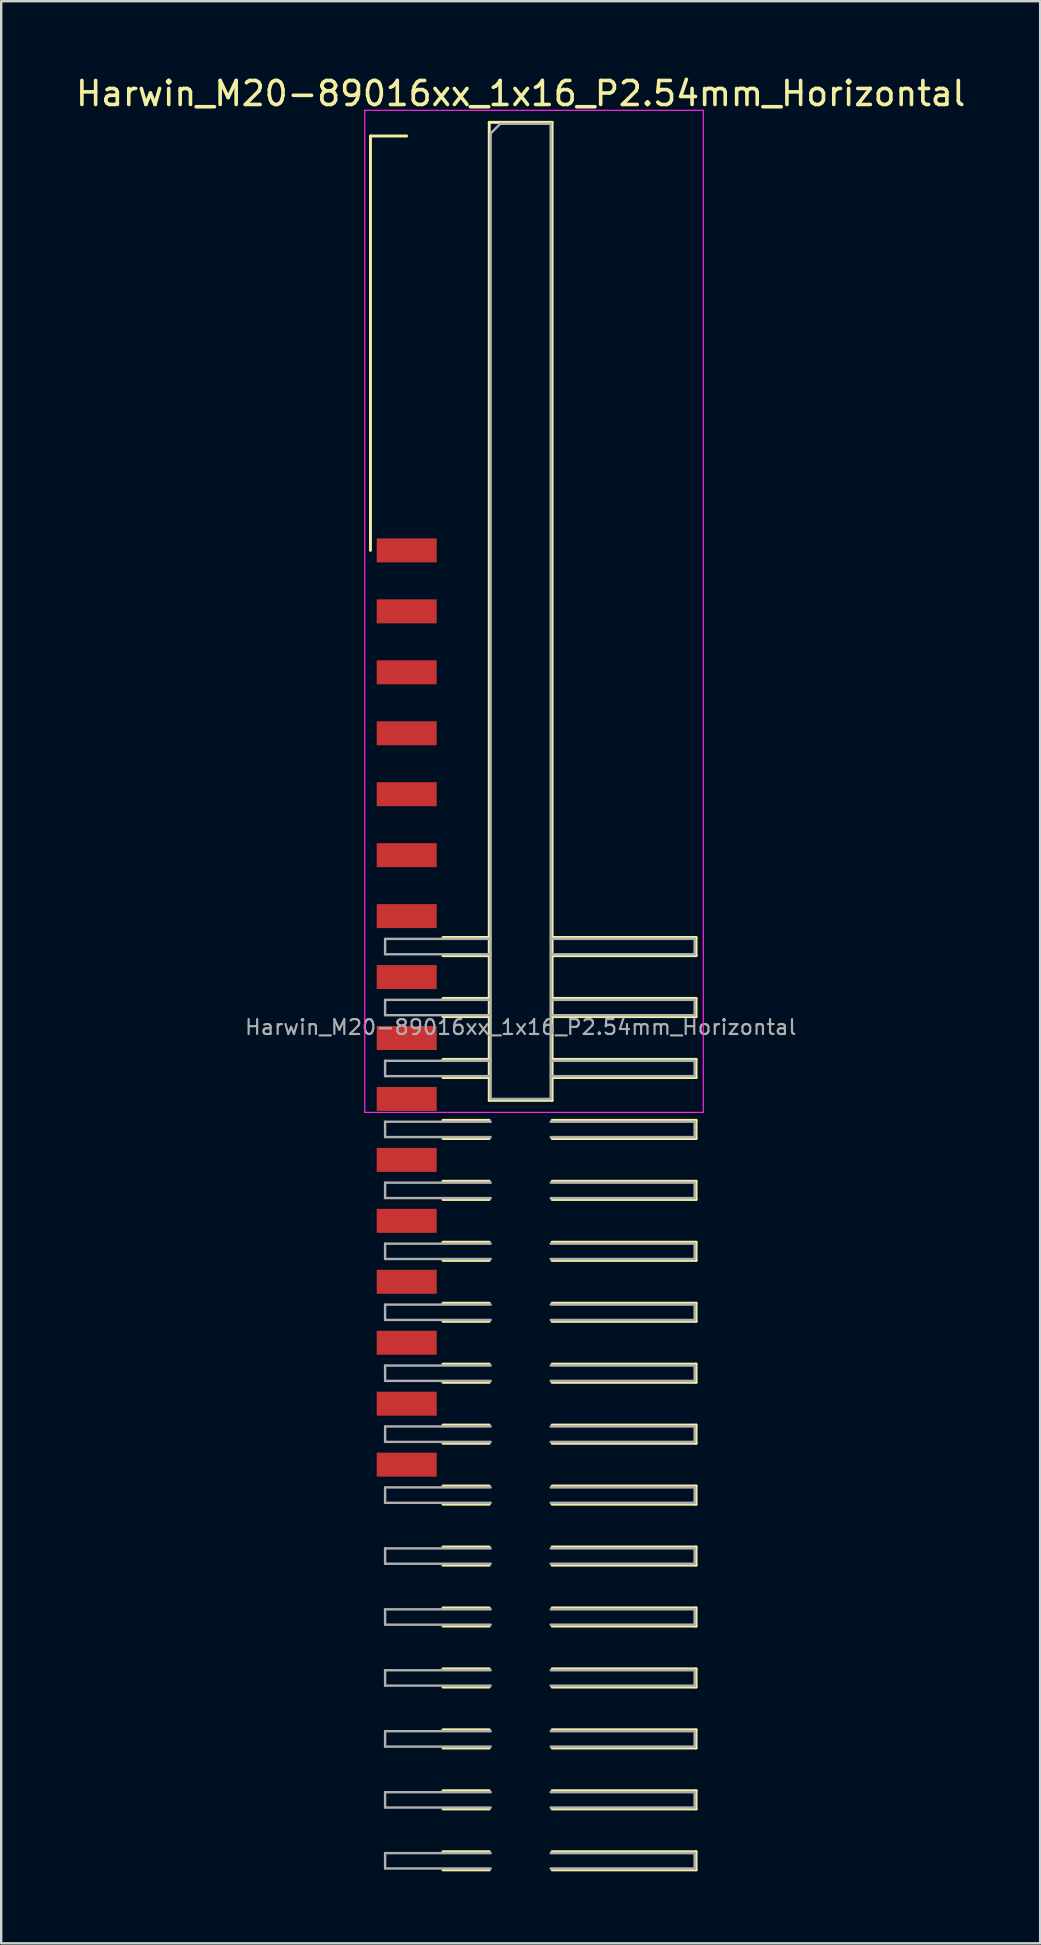
<source format=kicad_pcb>
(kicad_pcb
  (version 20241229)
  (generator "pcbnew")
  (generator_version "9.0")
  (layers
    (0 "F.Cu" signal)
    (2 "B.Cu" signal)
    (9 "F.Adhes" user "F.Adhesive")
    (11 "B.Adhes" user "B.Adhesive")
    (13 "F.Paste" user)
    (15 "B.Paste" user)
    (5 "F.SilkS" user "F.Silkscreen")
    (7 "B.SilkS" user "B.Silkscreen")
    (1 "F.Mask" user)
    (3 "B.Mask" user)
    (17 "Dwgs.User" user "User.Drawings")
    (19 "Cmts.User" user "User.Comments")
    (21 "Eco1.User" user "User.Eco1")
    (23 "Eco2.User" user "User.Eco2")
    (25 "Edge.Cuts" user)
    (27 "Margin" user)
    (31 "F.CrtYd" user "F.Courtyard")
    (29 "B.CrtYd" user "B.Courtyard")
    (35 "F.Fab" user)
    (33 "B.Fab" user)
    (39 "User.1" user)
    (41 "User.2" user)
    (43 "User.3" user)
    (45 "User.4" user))
  (footprint "Harwin_M20-89016xx_1x16_P2.54mm_Horizontal"
    (layer "F.Cu")
    (at 13.899 19.888)
    (property "Reference" "Harwin_M20-89016xx_1x16_P2.54mm_Horizontal" (at 4.75 -19.04 0) (layer "F.SilkS") (effects (font (size 1 1) (thickness 0.15))))
    (attr smd)
    (fp_line (start -1.51 -17.27) (end 0 -17.27) (stroke (width 0.12) (type solid)) (layer "F.SilkS"))
    (fp_line (start -1.51 0) (end -1.51 -17.27) (stroke (width 0.12) (type solid)) (layer "F.SilkS"))
    (fp_line (start 1.51 16.13) (end 3.44 16.13) (stroke (width 0.12) (type solid)) (layer "F.SilkS"))
    (fp_line (start 1.51 16.89) (end 3.44 16.89) (stroke (width 0.12) (type solid)) (layer "F.SilkS"))
    (fp_line (start 1.51 18.67) (end 3.44 18.67) (stroke (width 0.12) (type solid)) (layer "F.SilkS"))
    (fp_line (start 1.51 19.43) (end 3.44 19.43) (stroke (width 0.12) (type solid)) (layer "F.SilkS"))
    (fp_line (start 1.51 21.21) (end 3.44 21.21) (stroke (width 0.12) (type solid)) (layer "F.SilkS"))
    (fp_line (start 1.51 21.97) (end 3.44 21.97) (stroke (width 0.12) (type solid)) (layer "F.SilkS"))
    (fp_line (start 1.51 23.75) (end 3.44 23.75) (stroke (width 0.12) (type solid)) (layer "F.SilkS"))
    (fp_line (start 1.51 24.51) (end 3.44 24.51) (stroke (width 0.12) (type solid)) (layer "F.SilkS"))
    (fp_line (start 1.51 26.29) (end 3.44 26.29) (stroke (width 0.12) (type solid)) (layer "F.SilkS"))
    (fp_line (start 1.51 27.05) (end 3.44 27.05) (stroke (width 0.12) (type solid)) (layer "F.SilkS"))
    (fp_line (start 1.51 28.83) (end 3.44 28.83) (stroke (width 0.12) (type solid)) (layer "F.SilkS"))
    (fp_line (start 1.51 29.59) (end 3.44 29.59) (stroke (width 0.12) (type solid)) (layer "F.SilkS"))
    (fp_line (start 1.51 31.37) (end 3.44 31.37) (stroke (width 0.12) (type solid)) (layer "F.SilkS"))
    (fp_line (start 1.51 32.13) (end 3.44 32.13) (stroke (width 0.12) (type solid)) (layer "F.SilkS"))
    (fp_line (start 1.51 33.91) (end 3.44 33.91) (stroke (width 0.12) (type solid)) (layer "F.SilkS"))
    (fp_line (start 1.51 34.67) (end 3.44 34.67) (stroke (width 0.12) (type solid)) (layer "F.SilkS"))
    (fp_line (start 1.51 36.45) (end 3.44 36.45) (stroke (width 0.12) (type solid)) (layer "F.SilkS"))
    (fp_line (start 1.51 37.21) (end 3.44 37.21) (stroke (width 0.12) (type solid)) (layer "F.SilkS"))
    (fp_line (start 1.51 38.99) (end 3.44 38.99) (stroke (width 0.12) (type solid)) (layer "F.SilkS"))
    (fp_line (start 1.51 39.75) (end 3.44 39.75) (stroke (width 0.12) (type solid)) (layer "F.SilkS"))
    (fp_line (start 1.51 41.53) (end 3.44 41.53) (stroke (width 0.12) (type solid)) (layer "F.SilkS"))
    (fp_line (start 1.51 42.29) (end 3.44 42.29) (stroke (width 0.12) (type solid)) (layer "F.SilkS"))
    (fp_line (start 1.51 44.07) (end 3.44 44.07) (stroke (width 0.12) (type solid)) (layer "F.SilkS"))
    (fp_line (start 1.51 44.83) (end 3.44 44.83) (stroke (width 0.12) (type solid)) (layer "F.SilkS"))
    (fp_line (start 1.51 46.61) (end 3.44 46.61) (stroke (width 0.12) (type solid)) (layer "F.SilkS"))
    (fp_line (start 1.51 47.37) (end 3.44 47.37) (stroke (width 0.12) (type solid)) (layer "F.SilkS"))
    (fp_line (start 1.51 49.15) (end 3.44 49.15) (stroke (width 0.12) (type solid)) (layer "F.SilkS"))
    (fp_line (start 1.51 49.91) (end 3.44 49.91) (stroke (width 0.12) (type solid)) (layer "F.SilkS"))
    (fp_line (start 1.51 51.69) (end 3.44 51.69) (stroke (width 0.12) (type solid)) (layer "F.SilkS"))
    (fp_line (start 1.51 52.45) (end 3.44 52.45) (stroke (width 0.12) (type solid)) (layer "F.SilkS"))
    (fp_line (start 1.51 54.23) (end 3.44 54.23) (stroke (width 0.12) (type solid)) (layer "F.SilkS"))
    (fp_line (start 1.51 54.99) (end 3.44 54.99) (stroke (width 0.12) (type solid)) (layer "F.SilkS"))
    (fp_line (start 3.44 -17.84) (end 6.06 -17.84) (stroke (width 0.12) (type solid)) (layer "F.SilkS"))
    (fp_line (start 3.44 22.92) (end 3.44 -17.84) (stroke (width 0.12) (type solid)) (layer "F.SilkS"))
    (fp_line (start 6.06 -17.84) (end 6.06 22.92) (stroke (width 0.12) (type solid)) (layer "F.SilkS"))
    (fp_line (start 6.06 16.13) (end 12.06 16.13) (stroke (width 0.12) (type solid)) (layer "F.SilkS"))
    (fp_line (start 6.06 18.67) (end 12.06 18.67) (stroke (width 0.12) (type solid)) (layer "F.SilkS"))
    (fp_line (start 6.06 21.21) (end 12.06 21.21) (stroke (width 0.12) (type solid)) (layer "F.SilkS"))
    (fp_line (start 6.06 22.92) (end 3.44 22.92) (stroke (width 0.12) (type solid)) (layer "F.SilkS"))
    (fp_line (start 6.06 23.75) (end 12.06 23.75) (stroke (width 0.12) (type solid)) (layer "F.SilkS"))
    (fp_line (start 6.06 26.29) (end 12.06 26.29) (stroke (width 0.12) (type solid)) (layer "F.SilkS"))
    (fp_line (start 6.06 28.83) (end 12.06 28.83) (stroke (width 0.12) (type solid)) (layer "F.SilkS"))
    (fp_line (start 6.06 31.37) (end 12.06 31.37) (stroke (width 0.12) (type solid)) (layer "F.SilkS"))
    (fp_line (start 6.06 33.91) (end 12.06 33.91) (stroke (width 0.12) (type solid)) (layer "F.SilkS"))
    (fp_line (start 6.06 36.45) (end 12.06 36.45) (stroke (width 0.12) (type solid)) (layer "F.SilkS"))
    (fp_line (start 6.06 38.99) (end 12.06 38.99) (stroke (width 0.12) (type solid)) (layer "F.SilkS"))
    (fp_line (start 6.06 41.53) (end 12.06 41.53) (stroke (width 0.12) (type solid)) (layer "F.SilkS"))
    (fp_line (start 6.06 44.07) (end 12.06 44.07) (stroke (width 0.12) (type solid)) (layer "F.SilkS"))
    (fp_line (start 6.06 46.61) (end 12.06 46.61) (stroke (width 0.12) (type solid)) (layer "F.SilkS"))
    (fp_line (start 6.06 49.15) (end 12.06 49.15) (stroke (width 0.12) (type solid)) (layer "F.SilkS"))
    (fp_line (start 6.06 51.69) (end 12.06 51.69) (stroke (width 0.12) (type solid)) (layer "F.SilkS"))
    (fp_line (start 6.06 54.23) (end 12.06 54.23) (stroke (width 0.12) (type solid)) (layer "F.SilkS"))
    (fp_line (start 12.06 16.13) (end 12.06 16.89) (stroke (width 0.12) (type solid)) (layer "F.SilkS"))
    (fp_line (start 12.06 16.89) (end 6.06 16.89) (stroke (width 0.12) (type solid)) (layer "F.SilkS"))
    (fp_line (start 12.06 18.67) (end 12.06 19.43) (stroke (width 0.12) (type solid)) (layer "F.SilkS"))
    (fp_line (start 12.06 19.43) (end 6.06 19.43) (stroke (width 0.12) (type solid)) (layer "F.SilkS"))
    (fp_line (start 12.06 21.21) (end 12.06 21.97) (stroke (width 0.12) (type solid)) (layer "F.SilkS"))
    (fp_line (start 12.06 21.97) (end 6.06 21.97) (stroke (width 0.12) (type solid)) (layer "F.SilkS"))
    (fp_line (start 12.06 23.75) (end 12.06 24.51) (stroke (width 0.12) (type solid)) (layer "F.SilkS"))
    (fp_line (start 12.06 24.51) (end 6.06 24.51) (stroke (width 0.12) (type solid)) (layer "F.SilkS"))
    (fp_line (start 12.06 26.29) (end 12.06 27.05) (stroke (width 0.12) (type solid)) (layer "F.SilkS"))
    (fp_line (start 12.06 27.05) (end 6.06 27.05) (stroke (width 0.12) (type solid)) (layer "F.SilkS"))
    (fp_line (start 12.06 28.83) (end 12.06 29.59) (stroke (width 0.12) (type solid)) (layer "F.SilkS"))
    (fp_line (start 12.06 29.59) (end 6.06 29.59) (stroke (width 0.12) (type solid)) (layer "F.SilkS"))
    (fp_line (start 12.06 31.37) (end 12.06 32.13) (stroke (width 0.12) (type solid)) (layer "F.SilkS"))
    (fp_line (start 12.06 32.13) (end 6.06 32.13) (stroke (width 0.12) (type solid)) (layer "F.SilkS"))
    (fp_line (start 12.06 33.91) (end 12.06 34.67) (stroke (width 0.12) (type solid)) (layer "F.SilkS"))
    (fp_line (start 12.06 34.67) (end 6.06 34.67) (stroke (width 0.12) (type solid)) (layer "F.SilkS"))
    (fp_line (start 12.06 36.45) (end 12.06 37.21) (stroke (width 0.12) (type solid)) (layer "F.SilkS"))
    (fp_line (start 12.06 37.21) (end 6.06 37.21) (stroke (width 0.12) (type solid)) (layer "F.SilkS"))
    (fp_line (start 12.06 38.99) (end 12.06 39.75) (stroke (width 0.12) (type solid)) (layer "F.SilkS"))
    (fp_line (start 12.06 39.75) (end 6.06 39.75) (stroke (width 0.12) (type solid)) (layer "F.SilkS"))
    (fp_line (start 12.06 41.53) (end 12.06 42.29) (stroke (width 0.12) (type solid)) (layer "F.SilkS"))
    (fp_line (start 12.06 42.29) (end 6.06 42.29) (stroke (width 0.12) (type solid)) (layer "F.SilkS"))
    (fp_line (start 12.06 44.07) (end 12.06 44.83) (stroke (width 0.12) (type solid)) (layer "F.SilkS"))
    (fp_line (start 12.06 44.83) (end 6.06 44.83) (stroke (width 0.12) (type solid)) (layer "F.SilkS"))
    (fp_line (start 12.06 46.61) (end 12.06 47.37) (stroke (width 0.12) (type solid)) (layer "F.SilkS"))
    (fp_line (start 12.06 47.37) (end 6.06 47.37) (stroke (width 0.12) (type solid)) (layer "F.SilkS"))
    (fp_line (start 12.06 49.15) (end 12.06 49.91) (stroke (width 0.12) (type solid)) (layer "F.SilkS"))
    (fp_line (start 12.06 49.91) (end 6.06 49.91) (stroke (width 0.12) (type solid)) (layer "F.SilkS"))
    (fp_line (start 12.06 51.69) (end 12.06 52.45) (stroke (width 0.12) (type solid)) (layer "F.SilkS"))
    (fp_line (start 12.06 52.45) (end 6.06 52.45) (stroke (width 0.12) (type solid)) (layer "F.SilkS"))
    (fp_line (start 12.06 54.23) (end 12.06 54.99) (stroke (width 0.12) (type solid)) (layer "F.SilkS"))
    (fp_line (start 12.06 54.99) (end 6.06 54.99) (stroke (width 0.12) (type solid)) (layer "F.SilkS"))
    (fp_line (start -1.75 -18.34) (end 12.36 -18.34) (stroke (width 0.05) (type solid)) (layer "F.CrtYd"))
    (fp_line (start -1.75 23.42) (end -1.75 -18.34) (stroke (width 0.05) (type solid)) (layer "F.CrtYd"))
    (fp_line (start 12.36 -18.34) (end 12.36 23.42) (stroke (width 0.05) (type solid)) (layer "F.CrtYd"))
    (fp_line (start 12.36 23.42) (end -1.75 23.42) (stroke (width 0.05) (type solid)) (layer "F.CrtYd"))
    (fp_line (start -0.9 16.19) (end -0.9 16.83) (stroke (width 0.1) (type solid)) (layer "F.Fab"))
    (fp_line (start -0.9 16.83) (end 3.5 16.83) (stroke (width 0.1) (type solid)) (layer "F.Fab"))
    (fp_line (start -0.9 18.73) (end -0.9 19.37) (stroke (width 0.1) (type solid)) (layer "F.Fab"))
    (fp_line (start -0.9 19.37) (end 3.5 19.37) (stroke (width 0.1) (type solid)) (layer "F.Fab"))
    (fp_line (start -0.9 21.27) (end -0.9 21.91) (stroke (width 0.1) (type solid)) (layer "F.Fab"))
    (fp_line (start -0.9 21.91) (end 3.5 21.91) (stroke (width 0.1) (type solid)) (layer "F.Fab"))
    (fp_line (start -0.9 23.81) (end -0.9 24.45) (stroke (width 0.1) (type solid)) (layer "F.Fab"))
    (fp_line (start -0.9 24.45) (end 3.5 24.45) (stroke (width 0.1) (type solid)) (layer "F.Fab"))
    (fp_line (start -0.9 26.35) (end -0.9 26.99) (stroke (width 0.1) (type solid)) (layer "F.Fab"))
    (fp_line (start -0.9 26.99) (end 3.5 26.99) (stroke (width 0.1) (type solid)) (layer "F.Fab"))
    (fp_line (start -0.9 28.89) (end -0.9 29.53) (stroke (width 0.1) (type solid)) (layer "F.Fab"))
    (fp_line (start -0.9 29.53) (end 3.5 29.53) (stroke (width 0.1) (type solid)) (layer "F.Fab"))
    (fp_line (start -0.9 31.43) (end -0.9 32.07) (stroke (width 0.1) (type solid)) (layer "F.Fab"))
    (fp_line (start -0.9 32.07) (end 3.5 32.07) (stroke (width 0.1) (type solid)) (layer "F.Fab"))
    (fp_line (start -0.9 33.97) (end -0.9 34.61) (stroke (width 0.1) (type solid)) (layer "F.Fab"))
    (fp_line (start -0.9 34.61) (end 3.5 34.61) (stroke (width 0.1) (type solid)) (layer "F.Fab"))
    (fp_line (start -0.9 36.51) (end -0.9 37.15) (stroke (width 0.1) (type solid)) (layer "F.Fab"))
    (fp_line (start -0.9 37.15) (end 3.5 37.15) (stroke (width 0.1) (type solid)) (layer "F.Fab"))
    (fp_line (start -0.9 39.05) (end -0.9 39.69) (stroke (width 0.1) (type solid)) (layer "F.Fab"))
    (fp_line (start -0.9 39.69) (end 3.5 39.69) (stroke (width 0.1) (type solid)) (layer "F.Fab"))
    (fp_line (start -0.9 41.59) (end -0.9 42.23) (stroke (width 0.1) (type solid)) (layer "F.Fab"))
    (fp_line (start -0.9 42.23) (end 3.5 42.23) (stroke (width 0.1) (type solid)) (layer "F.Fab"))
    (fp_line (start -0.9 44.13) (end -0.9 44.77) (stroke (width 0.1) (type solid)) (layer "F.Fab"))
    (fp_line (start -0.9 44.77) (end 3.5 44.77) (stroke (width 0.1) (type solid)) (layer "F.Fab"))
    (fp_line (start -0.9 46.67) (end -0.9 47.31) (stroke (width 0.1) (type solid)) (layer "F.Fab"))
    (fp_line (start -0.9 47.31) (end 3.5 47.31) (stroke (width 0.1) (type solid)) (layer "F.Fab"))
    (fp_line (start -0.9 49.21) (end -0.9 49.85) (stroke (width 0.1) (type solid)) (layer "F.Fab"))
    (fp_line (start -0.9 49.85) (end 3.5 49.85) (stroke (width 0.1) (type solid)) (layer "F.Fab"))
    (fp_line (start -0.9 51.75) (end -0.9 52.39) (stroke (width 0.1) (type solid)) (layer "F.Fab"))
    (fp_line (start -0.9 52.39) (end 3.5 52.39) (stroke (width 0.1) (type solid)) (layer "F.Fab"))
    (fp_line (start -0.9 54.29) (end -0.9 54.93) (stroke (width 0.1) (type solid)) (layer "F.Fab"))
    (fp_line (start -0.9 54.93) (end 3.5 54.93) (stroke (width 0.1) (type solid)) (layer "F.Fab"))
    (fp_line (start 3.5 -17.38) (end 3.9 -17.78) (stroke (width 0.1) (type solid)) (layer "F.Fab"))
    (fp_line (start 3.5 16.19) (end -0.9 16.19) (stroke (width 0.1) (type solid)) (layer "F.Fab"))
    (fp_line (start 3.5 18.73) (end -0.9 18.73) (stroke (width 0.1) (type solid)) (layer "F.Fab"))
    (fp_line (start 3.5 21.27) (end -0.9 21.27) (stroke (width 0.1) (type solid)) (layer "F.Fab"))
    (fp_line (start 3.5 22.86) (end 3.5 -17.38) (stroke (width 0.1) (type solid)) (layer "F.Fab"))
    (fp_line (start 3.5 23.81) (end -0.9 23.81) (stroke (width 0.1) (type solid)) (layer "F.Fab"))
    (fp_line (start 3.5 26.35) (end -0.9 26.35) (stroke (width 0.1) (type solid)) (layer "F.Fab"))
    (fp_line (start 3.5 28.89) (end -0.9 28.89) (stroke (width 0.1) (type solid)) (layer "F.Fab"))
    (fp_line (start 3.5 31.43) (end -0.9 31.43) (stroke (width 0.1) (type solid)) (layer "F.Fab"))
    (fp_line (start 3.5 33.97) (end -0.9 33.97) (stroke (width 0.1) (type solid)) (layer "F.Fab"))
    (fp_line (start 3.5 36.51) (end -0.9 36.51) (stroke (width 0.1) (type solid)) (layer "F.Fab"))
    (fp_line (start 3.5 39.05) (end -0.9 39.05) (stroke (width 0.1) (type solid)) (layer "F.Fab"))
    (fp_line (start 3.5 41.59) (end -0.9 41.59) (stroke (width 0.1) (type solid)) (layer "F.Fab"))
    (fp_line (start 3.5 44.13) (end -0.9 44.13) (stroke (width 0.1) (type solid)) (layer "F.Fab"))
    (fp_line (start 3.5 46.67) (end -0.9 46.67) (stroke (width 0.1) (type solid)) (layer "F.Fab"))
    (fp_line (start 3.5 49.21) (end -0.9 49.21) (stroke (width 0.1) (type solid)) (layer "F.Fab"))
    (fp_line (start 3.5 51.75) (end -0.9 51.75) (stroke (width 0.1) (type solid)) (layer "F.Fab"))
    (fp_line (start 3.5 54.29) (end -0.9 54.29) (stroke (width 0.1) (type solid)) (layer "F.Fab"))
    (fp_line (start 3.9 -17.78) (end 6 -17.78) (stroke (width 0.1) (type solid)) (layer "F.Fab"))
    (fp_line (start 6 -17.78) (end 6 22.86) (stroke (width 0.1) (type solid)) (layer "F.Fab"))
    (fp_line (start 6 16.19) (end 12 16.19) (stroke (width 0.1) (type solid)) (layer "F.Fab"))
    (fp_line (start 6 18.73) (end 12 18.73) (stroke (width 0.1) (type solid)) (layer "F.Fab"))
    (fp_line (start 6 21.27) (end 12 21.27) (stroke (width 0.1) (type solid)) (layer "F.Fab"))
    (fp_line (start 6 22.86) (end 3.5 22.86) (stroke (width 0.1) (type solid)) (layer "F.Fab"))
    (fp_line (start 6 23.81) (end 12 23.81) (stroke (width 0.1) (type solid)) (layer "F.Fab"))
    (fp_line (start 6 26.35) (end 12 26.35) (stroke (width 0.1) (type solid)) (layer "F.Fab"))
    (fp_line (start 6 28.89) (end 12 28.89) (stroke (width 0.1) (type solid)) (layer "F.Fab"))
    (fp_line (start 6 31.43) (end 12 31.43) (stroke (width 0.1) (type solid)) (layer "F.Fab"))
    (fp_line (start 6 33.97) (end 12 33.97) (stroke (width 0.1) (type solid)) (layer "F.Fab"))
    (fp_line (start 6 36.51) (end 12 36.51) (stroke (width 0.1) (type solid)) (layer "F.Fab"))
    (fp_line (start 6 39.05) (end 12 39.05) (stroke (width 0.1) (type solid)) (layer "F.Fab"))
    (fp_line (start 6 41.59) (end 12 41.59) (stroke (width 0.1) (type solid)) (layer "F.Fab"))
    (fp_line (start 6 44.13) (end 12 44.13) (stroke (width 0.1) (type solid)) (layer "F.Fab"))
    (fp_line (start 6 46.67) (end 12 46.67) (stroke (width 0.1) (type solid)) (layer "F.Fab"))
    (fp_line (start 6 49.21) (end 12 49.21) (stroke (width 0.1) (type solid)) (layer "F.Fab"))
    (fp_line (start 6 51.75) (end 12 51.75) (stroke (width 0.1) (type solid)) (layer "F.Fab"))
    (fp_line (start 6 54.29) (end 12 54.29) (stroke (width 0.1) (type solid)) (layer "F.Fab"))
    (fp_line (start 12 16.19) (end 12 16.83) (stroke (width 0.1) (type solid)) (layer "F.Fab"))
    (fp_line (start 12 16.83) (end 6 16.83) (stroke (width 0.1) (type solid)) (layer "F.Fab"))
    (fp_line (start 12 18.73) (end 12 19.37) (stroke (width 0.1) (type solid)) (layer "F.Fab"))
    (fp_line (start 12 19.37) (end 6 19.37) (stroke (width 0.1) (type solid)) (layer "F.Fab"))
    (fp_line (start 12 21.27) (end 12 21.91) (stroke (width 0.1) (type solid)) (layer "F.Fab"))
    (fp_line (start 12 21.91) (end 6 21.91) (stroke (width 0.1) (type solid)) (layer "F.Fab"))
    (fp_line (start 12 23.81) (end 12 24.45) (stroke (width 0.1) (type solid)) (layer "F.Fab"))
    (fp_line (start 12 24.45) (end 6 24.45) (stroke (width 0.1) (type solid)) (layer "F.Fab"))
    (fp_line (start 12 26.35) (end 12 26.99) (stroke (width 0.1) (type solid)) (layer "F.Fab"))
    (fp_line (start 12 26.99) (end 6 26.99) (stroke (width 0.1) (type solid)) (layer "F.Fab"))
    (fp_line (start 12 28.89) (end 12 29.53) (stroke (width 0.1) (type solid)) (layer "F.Fab"))
    (fp_line (start 12 29.53) (end 6 29.53) (stroke (width 0.1) (type solid)) (layer "F.Fab"))
    (fp_line (start 12 31.43) (end 12 32.07) (stroke (width 0.1) (type solid)) (layer "F.Fab"))
    (fp_line (start 12 32.07) (end 6 32.07) (stroke (width 0.1) (type solid)) (layer "F.Fab"))
    (fp_line (start 12 33.97) (end 12 34.61) (stroke (width 0.1) (type solid)) (layer "F.Fab"))
    (fp_line (start 12 34.61) (end 6 34.61) (stroke (width 0.1) (type solid)) (layer "F.Fab"))
    (fp_line (start 12 36.51) (end 12 37.15) (stroke (width 0.1) (type solid)) (layer "F.Fab"))
    (fp_line (start 12 37.15) (end 6 37.15) (stroke (width 0.1) (type solid)) (layer "F.Fab"))
    (fp_line (start 12 39.05) (end 12 39.69) (stroke (width 0.1) (type solid)) (layer "F.Fab"))
    (fp_line (start 12 39.69) (end 6 39.69) (stroke (width 0.1) (type solid)) (layer "F.Fab"))
    (fp_line (start 12 41.59) (end 12 42.23) (stroke (width 0.1) (type solid)) (layer "F.Fab"))
    (fp_line (start 12 42.23) (end 6 42.23) (stroke (width 0.1) (type solid)) (layer "F.Fab"))
    (fp_line (start 12 44.13) (end 12 44.77) (stroke (width 0.1) (type solid)) (layer "F.Fab"))
    (fp_line (start 12 44.77) (end 6 44.77) (stroke (width 0.1) (type solid)) (layer "F.Fab"))
    (fp_line (start 12 46.67) (end 12 47.31) (stroke (width 0.1) (type solid)) (layer "F.Fab"))
    (fp_line (start 12 47.31) (end 6 47.31) (stroke (width 0.1) (type solid)) (layer "F.Fab"))
    (fp_line (start 12 49.21) (end 12 49.85) (stroke (width 0.1) (type solid)) (layer "F.Fab"))
    (fp_line (start 12 49.85) (end 6 49.85) (stroke (width 0.1) (type solid)) (layer "F.Fab"))
    (fp_line (start 12 51.75) (end 12 52.39) (stroke (width 0.1) (type solid)) (layer "F.Fab"))
    (fp_line (start 12 52.39) (end 6 52.39) (stroke (width 0.1) (type solid)) (layer "F.Fab"))
    (fp_line (start 12 54.29) (end 12 54.93) (stroke (width 0.1) (type solid)) (layer "F.Fab"))
    (fp_line (start 12 54.93) (end 6 54.93) (stroke (width 0.1) (type solid)) (layer "F.Fab"))
    (fp_text user "${REFERENCE}" (at 4.75 19.87 0) (layer "F.Fab") (effects (font (size 0.62 0.62) (thickness 0.09))))
    (pad "1" smd rect (at 0 0) (size 2.5 1) (layers "F.Cu" "F.Mask" "F.Paste"))
    (pad "2" smd rect (at 0 2.54) (size 2.5 1) (layers "F.Cu" "F.Mask" "F.Paste"))
    (pad "3" smd rect (at 0 5.08) (size 2.5 1) (layers "F.Cu" "F.Mask" "F.Paste"))
    (pad "4" smd rect (at 0 7.62) (size 2.5 1) (layers "F.Cu" "F.Mask" "F.Paste"))
    (pad "5" smd rect (at 0 10.16) (size 2.5 1) (layers "F.Cu" "F.Mask" "F.Paste"))
    (pad "6" smd rect (at 0 12.7) (size 2.5 1) (layers "F.Cu" "F.Mask" "F.Paste"))
    (pad "7" smd rect (at 0 15.24) (size 2.5 1) (layers "F.Cu" "F.Mask" "F.Paste"))
    (pad "8" smd rect (at 0 17.78) (size 2.5 1) (layers "F.Cu" "F.Mask" "F.Paste"))
    (pad "9" smd rect (at 0 20.32) (size 2.5 1) (layers "F.Cu" "F.Mask" "F.Paste"))
    (pad "10" smd rect (at 0 22.86) (size 2.5 1) (layers "F.Cu" "F.Mask" "F.Paste"))
    (pad "11" smd rect (at 0 25.4) (size 2.5 1) (layers "F.Cu" "F.Mask" "F.Paste"))
    (pad "12" smd rect (at 0 27.94) (size 2.5 1) (layers "F.Cu" "F.Mask" "F.Paste"))
    (pad "13" smd rect (at 0 30.48) (size 2.5 1) (layers "F.Cu" "F.Mask" "F.Paste"))
    (pad "14" smd rect (at 0 33.02) (size 2.5 1) (layers "F.Cu" "F.Mask" "F.Paste"))
    (pad "15" smd rect (at 0 35.56) (size 2.5 1) (layers "F.Cu" "F.Mask" "F.Paste"))
    (pad "16" smd rect (at 0 38.1) (size 2.5 1) (layers "F.Cu" "F.Mask" "F.Paste")))
  (gr_rect
    (start -3 -3)
    (end 40.298 77.938)
    (stroke (width 0.1) (type default))
    (fill no)
    (layer "Edge.Cuts")))
</source>
